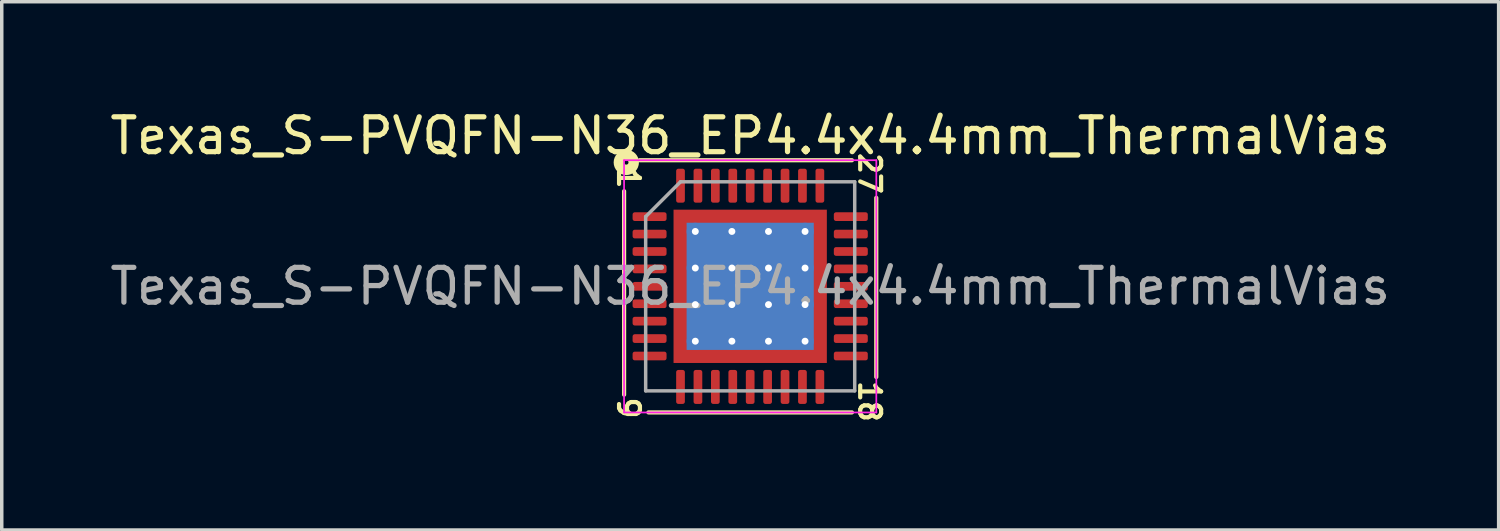
<source format=kicad_pcb>
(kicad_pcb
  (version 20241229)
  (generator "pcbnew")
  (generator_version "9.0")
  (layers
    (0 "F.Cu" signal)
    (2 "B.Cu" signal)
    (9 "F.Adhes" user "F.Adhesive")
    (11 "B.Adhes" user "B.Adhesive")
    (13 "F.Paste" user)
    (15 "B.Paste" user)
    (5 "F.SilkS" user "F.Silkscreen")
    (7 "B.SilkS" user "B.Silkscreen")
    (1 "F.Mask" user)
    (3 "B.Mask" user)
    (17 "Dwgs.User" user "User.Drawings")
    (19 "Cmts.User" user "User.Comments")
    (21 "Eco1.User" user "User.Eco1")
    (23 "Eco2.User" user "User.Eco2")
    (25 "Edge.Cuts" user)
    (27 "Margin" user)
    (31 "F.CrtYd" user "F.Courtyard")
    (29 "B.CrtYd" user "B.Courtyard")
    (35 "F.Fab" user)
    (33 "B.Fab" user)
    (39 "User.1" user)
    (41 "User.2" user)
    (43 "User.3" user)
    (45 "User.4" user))
  (footprint "Texas_S-PVQFN-N36_EP4.4x4.4mm_ThermalVias"
    (layer "F.Cu")
    (at 18.482 5.168)
    (property "Reference" "Texas_S-PVQFN-N36_EP4.4x4.4mm_ThermalVias" (at 0 -4.32 0) (layer "F.SilkS") (effects (font (size 1 1) (thickness 0.15))))
    (attr smd)
    (fp_line (start -3.619 -2.731) (end -3.619 3.111) (stroke (width 0.12) (type solid)) (layer "F.SilkS"))
    (fp_line (start -2.921 3.619) (end 2.921 3.619) (stroke (width 0.12) (type solid)) (layer "F.SilkS"))
    (fp_line (start 2.921 -3.619) (end -3.175 -3.619) (stroke (width 0.12) (type solid)) (layer "F.SilkS"))
    (fp_line (start 3.619 2.603) (end 3.619 -2.54) (stroke (width 0.12) (type solid)) (layer "F.SilkS"))
    (fp_circle (center -3.556 -3.556) (end -3.493 -3.556) (stroke (width 0.3) (type solid)) (fill no) (layer "F.SilkS"))
    (fp_line (start -3.62 -3.62) (end -3.62 3.62) (stroke (width 0.05) (type solid)) (layer "F.CrtYd"))
    (fp_line (start -3.62 3.62) (end 3.62 3.62) (stroke (width 0.05) (type solid)) (layer "F.CrtYd"))
    (fp_line (start 3.62 -3.62) (end -3.62 -3.62) (stroke (width 0.05) (type solid)) (layer "F.CrtYd"))
    (fp_line (start 3.62 3.62) (end 3.62 -3.62) (stroke (width 0.05) (type solid)) (layer "F.CrtYd"))
    (fp_line (start -3 -2) (end -2 -3) (stroke (width 0.1) (type solid)) (layer "F.Fab"))
    (fp_line (start -3 3) (end -3 -2) (stroke (width 0.1) (type solid)) (layer "F.Fab"))
    (fp_line (start -2 -3) (end 3 -3) (stroke (width 0.1) (type solid)) (layer "F.Fab"))
    (fp_line (start 3 -3) (end 3 3) (stroke (width 0.1) (type solid)) (layer "F.Fab"))
    (fp_line (start 3 3) (end -3 3) (stroke (width 0.1) (type solid)) (layer "F.Fab"))
    (fp_text user "1" (at -3.493 -3.111 270) (unlocked yes) (layer "F.SilkS") (effects (font (size 0.6 0.6) (thickness 0.12))))
    (fp_text user "9" (at -3.493 3.493 270) (unlocked yes) (layer "F.SilkS") (effects (font (size 0.6 0.6) (thickness 0.12))))
    (fp_text user "27" (at 3.429 -3.239 270) (unlocked yes) (layer "F.SilkS") (effects (font (size 0.6 0.6) (thickness 0.12))))
    (fp_text user "18" (at 3.429 3.302 270) (unlocked yes) (layer "F.SilkS") (effects (font (size 0.6 0.6) (thickness 0.12))))
    (fp_text user "${REFERENCE}" (at 0 0 0) (layer "F.Fab") (effects (font (size 1 1) (thickness 0.15))))
    (pad "" smd custom (at -1.887 -1.887) (size 0.39 0.39) (layers "F.Paste") (options (anchor circle)) (primitives (gr_poly (pts (xy 0.138 0.043) (xy 0.043 0.138) (xy -0.138 0.138) (xy -0.138 -0.138) (xy 0.138 -0.138)) (width 0.229) (fill yes))))
    (pad "" smd custom (at -1.887 -1.05) (size 0.419 0.419) (layers "F.Paste") (options (anchor circle)) (primitives (gr_poly (pts (xy 0.167 -0.267) (xy 0.167 0.267) (xy 0.096 0.338) (xy -0.167 0.338) (xy -0.167 -0.338) (xy 0.096 -0.338)) (width 0.17) (fill yes))))
    (pad "" smd custom (at -1.887 0) (size 0.419 0.419) (layers "F.Paste") (options (anchor circle)) (primitives (gr_poly (pts (xy 0.167 -0.267) (xy 0.167 0.267) (xy 0.096 0.338) (xy -0.167 0.338) (xy -0.167 -0.338) (xy 0.096 -0.338)) (width 0.17) (fill yes))))
    (pad "" smd custom (at -1.887 1.05) (size 0.419 0.419) (layers "F.Paste") (options (anchor circle)) (primitives (gr_poly (pts (xy 0.167 -0.267) (xy 0.167 0.267) (xy 0.096 0.338) (xy -0.167 0.338) (xy -0.167 -0.338) (xy 0.096 -0.338)) (width 0.17) (fill yes))))
    (pad "" smd custom (at -1.887 1.887) (size 0.39 0.39) (layers "F.Paste") (options (anchor circle)) (primitives (gr_poly (pts (xy 0.138 -0.043) (xy 0.138 0.138) (xy -0.138 0.138) (xy -0.138 -0.138) (xy 0.043 -0.138)) (width 0.229) (fill yes))))
    (pad "" smd custom (at -1.05 -1.887) (size 0.419 0.419) (layers "F.Paste") (options (anchor circle)) (primitives (gr_poly (pts (xy 0.338 0.096) (xy 0.267 0.167) (xy -0.267 0.167) (xy -0.338 0.096) (xy -0.338 -0.167) (xy 0.338 -0.167)) (width 0.17) (fill yes))))
    (pad "" smd roundrect (at -1.05 -1.05) (size 0.847 0.847) (layers "F.Paste") (roundrect_rratio 0.25))
    (pad "" smd roundrect (at -1.05 0) (size 0.847 0.847) (layers "F.Paste") (roundrect_rratio 0.25))
    (pad "" smd roundrect (at -1.05 1.05) (size 0.847 0.847) (layers "F.Paste") (roundrect_rratio 0.25))
    (pad "" smd custom (at -1.05 1.887) (size 0.419 0.419) (layers "F.Paste") (options (anchor circle)) (primitives (gr_poly (pts (xy 0.338 -0.096) (xy 0.338 0.167) (xy -0.338 0.167) (xy -0.338 -0.096) (xy -0.267 -0.167) (xy 0.267 -0.167)) (width 0.17) (fill yes))))
    (pad "" smd custom (at 0 -1.887) (size 0.419 0.419) (layers "F.Paste") (options (anchor circle)) (primitives (gr_poly (pts (xy 0.338 0.096) (xy 0.267 0.167) (xy -0.267 0.167) (xy -0.338 0.096) (xy -0.338 -0.167) (xy 0.338 -0.167)) (width 0.17) (fill yes))))
    (pad "" smd roundrect (at 0 -1.05) (size 0.847 0.847) (layers "F.Paste") (roundrect_rratio 0.25))
    (pad "" smd roundrect (at 0 0) (size 0.847 0.847) (layers "F.Paste") (roundrect_rratio 0.25))
    (pad "" smd roundrect (at 0 1.05) (size 0.847 0.847) (layers "F.Paste") (roundrect_rratio 0.25))
    (pad "" smd custom (at 0 1.887) (size 0.419 0.419) (layers "F.Paste") (options (anchor circle)) (primitives (gr_poly (pts (xy 0.338 -0.096) (xy 0.338 0.167) (xy -0.338 0.167) (xy -0.338 -0.096) (xy -0.267 -0.167) (xy 0.267 -0.167)) (width 0.17) (fill yes))))
    (pad "" smd custom (at 1.05 -1.887) (size 0.419 0.419) (layers "F.Paste") (options (anchor circle)) (primitives (gr_poly (pts (xy 0.338 0.096) (xy 0.267 0.167) (xy -0.267 0.167) (xy -0.338 0.096) (xy -0.338 -0.167) (xy 0.338 -0.167)) (width 0.17) (fill yes))))
    (pad "" smd roundrect (at 1.05 -1.05) (size 0.847 0.847) (layers "F.Paste") (roundrect_rratio 0.25))
    (pad "" smd roundrect (at 1.05 0) (size 0.847 0.847) (layers "F.Paste") (roundrect_rratio 0.25))
    (pad "" smd roundrect (at 1.05 1.05) (size 0.847 0.847) (layers "F.Paste") (roundrect_rratio 0.25))
    (pad "" smd custom (at 1.05 1.887) (size 0.419 0.419) (layers "F.Paste") (options (anchor circle)) (primitives (gr_poly (pts (xy 0.338 -0.096) (xy 0.338 0.167) (xy -0.338 0.167) (xy -0.338 -0.096) (xy -0.267 -0.167) (xy 0.267 -0.167)) (width 0.17) (fill yes))))
    (pad "" smd custom (at 1.887 -1.887) (size 0.39 0.39) (layers "F.Paste") (options (anchor circle)) (primitives (gr_poly (pts (xy 0.138 0.138) (xy -0.043 0.138) (xy -0.138 0.043) (xy -0.138 -0.138) (xy 0.138 -0.138)) (width 0.229) (fill yes))))
    (pad "" smd custom (at 1.887 -1.05) (size 0.419 0.419) (layers "F.Paste") (options (anchor circle)) (primitives (gr_poly (pts (xy 0.167 0.338) (xy -0.096 0.338) (xy -0.167 0.267) (xy -0.167 -0.267) (xy -0.096 -0.338) (xy 0.167 -0.338)) (width 0.17) (fill yes))))
    (pad "" smd custom (at 1.887 0) (size 0.419 0.419) (layers "F.Paste") (options (anchor circle)) (primitives (gr_poly (pts (xy 0.167 0.338) (xy -0.096 0.338) (xy -0.167 0.267) (xy -0.167 -0.267) (xy -0.096 -0.338) (xy 0.167 -0.338)) (width 0.17) (fill yes))))
    (pad "" smd custom (at 1.887 1.05) (size 0.419 0.419) (layers "F.Paste") (options (anchor circle)) (primitives (gr_poly (pts (xy 0.167 0.338) (xy -0.096 0.338) (xy -0.167 0.267) (xy -0.167 -0.267) (xy -0.096 -0.338) (xy 0.167 -0.338)) (width 0.17) (fill yes))))
    (pad "" smd custom (at 1.887 1.887) (size 0.39 0.39) (layers "F.Paste") (options (anchor circle)) (primitives (gr_poly (pts (xy 0.138 0.138) (xy -0.138 0.138) (xy -0.138 -0.043) (xy -0.043 -0.138) (xy 0.138 -0.138)) (width 0.229) (fill yes))))
    (pad "1" smd roundrect (at -2.888 -2) (size 0.975 0.25) (layers "F.Cu" "F.Mask" "F.Paste") (roundrect_rratio 0.25))
    (pad "2" smd roundrect (at -2.888 -1.5) (size 0.975 0.25) (layers "F.Cu" "F.Mask" "F.Paste") (roundrect_rratio 0.25))
    (pad "3" smd roundrect (at -2.888 -1) (size 0.975 0.25) (layers "F.Cu" "F.Mask" "F.Paste") (roundrect_rratio 0.25))
    (pad "4" smd roundrect (at -2.888 -0.5) (size 0.975 0.25) (layers "F.Cu" "F.Mask" "F.Paste") (roundrect_rratio 0.25))
    (pad "5" smd roundrect (at -2.888 0) (size 0.975 0.25) (layers "F.Cu" "F.Mask" "F.Paste") (roundrect_rratio 0.25))
    (pad "6" smd roundrect (at -2.888 0.5) (size 0.975 0.25) (layers "F.Cu" "F.Mask" "F.Paste") (roundrect_rratio 0.25))
    (pad "7" smd roundrect (at -2.888 1) (size 0.975 0.25) (layers "F.Cu" "F.Mask" "F.Paste") (roundrect_rratio 0.25))
    (pad "8" smd roundrect (at -2.888 1.5) (size 0.975 0.25) (layers "F.Cu" "F.Mask" "F.Paste") (roundrect_rratio 0.25))
    (pad "9" smd roundrect (at -2.888 2) (size 0.975 0.25) (layers "F.Cu" "F.Mask" "F.Paste") (roundrect_rratio 0.25))
    (pad "10" smd roundrect (at -2 2.888) (size 0.25 0.975) (layers "F.Cu" "F.Mask" "F.Paste") (roundrect_rratio 0.25))
    (pad "11" smd roundrect (at -1.5 2.888) (size 0.25 0.975) (layers "F.Cu" "F.Mask" "F.Paste") (roundrect_rratio 0.25))
    (pad "12" smd roundrect (at -1 2.888) (size 0.25 0.975) (layers "F.Cu" "F.Mask" "F.Paste") (roundrect_rratio 0.25))
    (pad "13" smd roundrect (at -0.5 2.888) (size 0.25 0.975) (layers "F.Cu" "F.Mask" "F.Paste") (roundrect_rratio 0.25))
    (pad "14" smd roundrect (at 0 2.888) (size 0.25 0.975) (layers "F.Cu" "F.Mask" "F.Paste") (roundrect_rratio 0.25))
    (pad "15" smd roundrect (at 0.5 2.888) (size 0.25 0.975) (layers "F.Cu" "F.Mask" "F.Paste") (roundrect_rratio 0.25))
    (pad "16" smd roundrect (at 1 2.888) (size 0.25 0.975) (layers "F.Cu" "F.Mask" "F.Paste") (roundrect_rratio 0.25))
    (pad "17" smd roundrect (at 1.5 2.888) (size 0.25 0.975) (layers "F.Cu" "F.Mask" "F.Paste") (roundrect_rratio 0.25))
    (pad "18" smd roundrect (at 2 2.888) (size 0.25 0.975) (layers "F.Cu" "F.Mask" "F.Paste") (roundrect_rratio 0.25))
    (pad "19" smd roundrect (at 2.888 2) (size 0.975 0.25) (layers "F.Cu" "F.Mask" "F.Paste") (roundrect_rratio 0.25))
    (pad "20" smd roundrect (at 2.888 1.5) (size 0.975 0.25) (layers "F.Cu" "F.Mask" "F.Paste") (roundrect_rratio 0.25))
    (pad "21" smd roundrect (at 2.888 1) (size 0.975 0.25) (layers "F.Cu" "F.Mask" "F.Paste") (roundrect_rratio 0.25))
    (pad "22" smd roundrect (at 2.888 0.5) (size 0.975 0.25) (layers "F.Cu" "F.Mask" "F.Paste") (roundrect_rratio 0.25))
    (pad "23" smd roundrect (at 2.888 0) (size 0.975 0.25) (layers "F.Cu" "F.Mask" "F.Paste") (roundrect_rratio 0.25))
    (pad "24" smd roundrect (at 2.888 -0.5) (size 0.975 0.25) (layers "F.Cu" "F.Mask" "F.Paste") (roundrect_rratio 0.25))
    (pad "25" smd roundrect (at 2.888 -1) (size 0.975 0.25) (layers "F.Cu" "F.Mask" "F.Paste") (roundrect_rratio 0.25))
    (pad "26" smd roundrect (at 2.888 -1.5) (size 0.975 0.25) (layers "F.Cu" "F.Mask" "F.Paste") (roundrect_rratio 0.25))
    (pad "27" smd roundrect (at 2.888 -2) (size 0.975 0.25) (layers "F.Cu" "F.Mask" "F.Paste") (roundrect_rratio 0.25))
    (pad "28" smd roundrect (at 2 -2.888) (size 0.25 0.975) (layers "F.Cu" "F.Mask" "F.Paste") (roundrect_rratio 0.25))
    (pad "29" smd roundrect (at 1.5 -2.888) (size 0.25 0.975) (layers "F.Cu" "F.Mask" "F.Paste") (roundrect_rratio 0.25))
    (pad "30" smd roundrect (at 1 -2.888) (size 0.25 0.975) (layers "F.Cu" "F.Mask" "F.Paste") (roundrect_rratio 0.25))
    (pad "31" smd roundrect (at 0.5 -2.888) (size 0.25 0.975) (layers "F.Cu" "F.Mask" "F.Paste") (roundrect_rratio 0.25))
    (pad "32" smd roundrect (at 0 -2.888) (size 0.25 0.975) (layers "F.Cu" "F.Mask" "F.Paste") (roundrect_rratio 0.25))
    (pad "33" smd roundrect (at -0.5 -2.888) (size 0.25 0.975) (layers "F.Cu" "F.Mask" "F.Paste") (roundrect_rratio 0.25))
    (pad "34" smd roundrect (at -1 -2.888) (size 0.25 0.975) (layers "F.Cu" "F.Mask" "F.Paste") (roundrect_rratio 0.25))
    (pad "35" smd roundrect (at -1.5 -2.888) (size 0.25 0.975) (layers "F.Cu" "F.Mask" "F.Paste") (roundrect_rratio 0.25))
    (pad "36" smd roundrect (at -2 -2.888) (size 0.25 0.975) (layers "F.Cu" "F.Mask" "F.Paste") (roundrect_rratio 0.25))
    (pad "37" thru_hole circle (at -1.575 -1.575) (size 0.5 0.5) (drill 0.2) (layers "*.Cu"))
    (pad "37" thru_hole circle (at -1.575 -0.525) (size 0.5 0.5) (drill 0.2) (layers "*.Cu"))
    (pad "37" thru_hole circle (at -1.575 0.525) (size 0.5 0.5) (drill 0.2) (layers "*.Cu"))
    (pad "37" thru_hole circle (at -1.575 1.575) (size 0.5 0.5) (drill 0.2) (layers "*.Cu"))
    (pad "37" thru_hole circle (at -0.525 -1.575) (size 0.5 0.5) (drill 0.2) (layers "*.Cu"))
    (pad "37" thru_hole circle (at -0.525 -0.525) (size 0.5 0.5) (drill 0.2) (layers "*.Cu"))
    (pad "37" thru_hole circle (at -0.525 0.525) (size 0.5 0.5) (drill 0.2) (layers "*.Cu"))
    (pad "37" thru_hole circle (at -0.525 1.575) (size 0.5 0.5) (drill 0.2) (layers "*.Cu"))
    (pad "37" smd rect (at 0 0) (size 3.65 3.65) (layers "B.Cu" "B.Mask"))
    (pad "37" smd rect (at 0 0) (size 4.4 4.4) (layers "F.Cu" "F.Mask"))
    (pad "37" thru_hole circle (at 0.525 -1.575) (size 0.5 0.5) (drill 0.2) (layers "*.Cu"))
    (pad "37" thru_hole circle (at 0.525 -0.525) (size 0.5 0.5) (drill 0.2) (layers "*.Cu"))
    (pad "37" thru_hole circle (at 0.525 0.525) (size 0.5 0.5) (drill 0.2) (layers "*.Cu"))
    (pad "37" thru_hole circle (at 0.525 1.575) (size 0.5 0.5) (drill 0.2) (layers "*.Cu"))
    (pad "37" thru_hole circle (at 1.575 -1.575) (size 0.5 0.5) (drill 0.2) (layers "*.Cu"))
    (pad "37" thru_hole circle (at 1.575 -0.525) (size 0.5 0.5) (drill 0.2) (layers "*.Cu"))
    (pad "37" thru_hole circle (at 1.575 0.525) (size 0.5 0.5) (drill 0.2) (layers "*.Cu"))
    (pad "37" thru_hole circle (at 1.575 1.575) (size 0.5 0.5) (drill 0.2) (layers "*.Cu")))
  (gr_rect
    (start -3 -3)
    (end 39.964 12.162)
    (stroke (width 0.1) (type default))
    (fill no)
    (layer "Edge.Cuts")))
</source>
